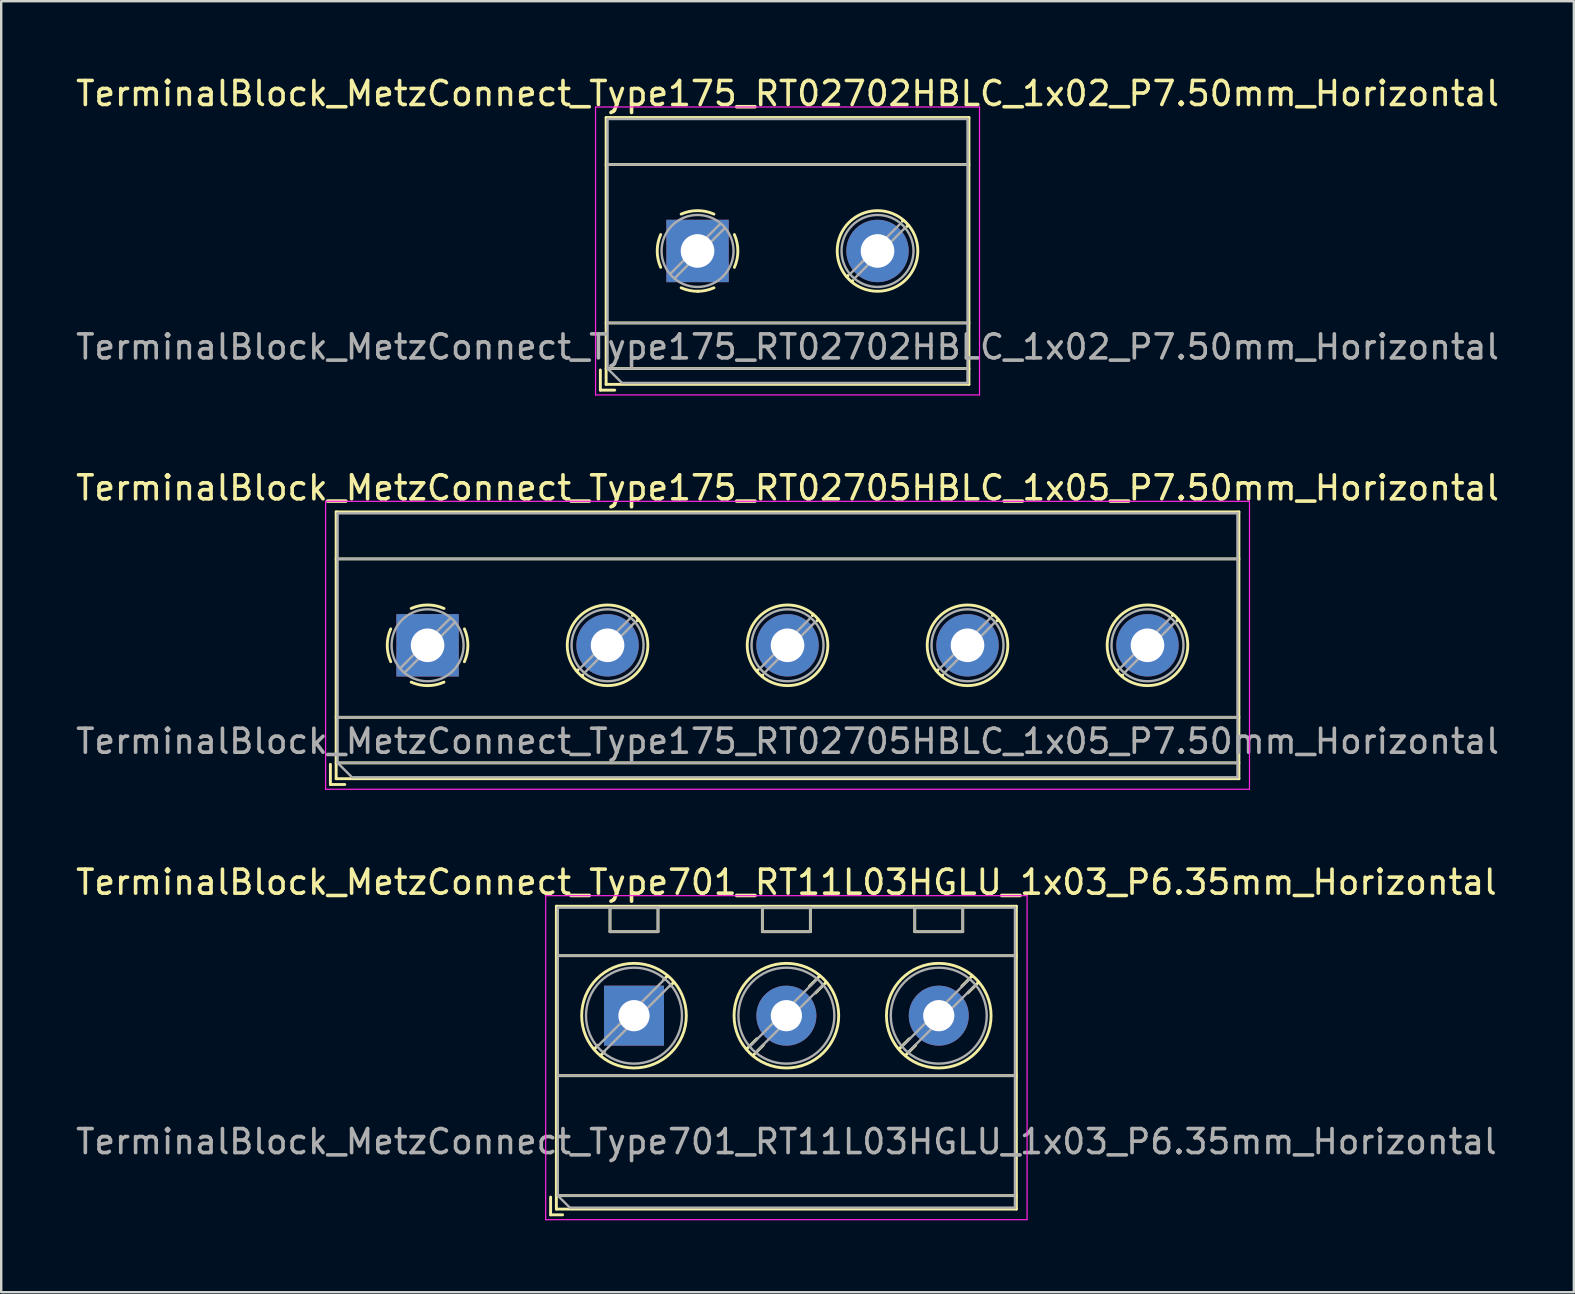
<source format=kicad_pcb>
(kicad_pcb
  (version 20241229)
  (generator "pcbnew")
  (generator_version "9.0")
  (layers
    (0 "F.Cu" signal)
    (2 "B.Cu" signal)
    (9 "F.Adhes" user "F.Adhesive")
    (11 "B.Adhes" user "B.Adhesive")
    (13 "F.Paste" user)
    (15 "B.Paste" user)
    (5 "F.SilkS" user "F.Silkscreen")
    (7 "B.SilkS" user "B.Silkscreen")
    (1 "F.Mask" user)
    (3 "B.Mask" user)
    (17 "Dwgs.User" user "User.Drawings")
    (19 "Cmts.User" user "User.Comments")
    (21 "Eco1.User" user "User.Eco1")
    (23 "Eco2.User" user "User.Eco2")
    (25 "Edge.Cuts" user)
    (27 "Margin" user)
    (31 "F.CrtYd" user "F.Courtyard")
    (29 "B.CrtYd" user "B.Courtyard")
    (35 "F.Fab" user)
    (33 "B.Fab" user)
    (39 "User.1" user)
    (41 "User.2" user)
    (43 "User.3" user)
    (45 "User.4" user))
  (footprint "TerminalBlock_MetzConnect_Type175_RT02702HBLC_1x02_P7.50mm_Horizontal"
    (layer "F.Cu")
    (at 26.018 7.408)
    (property "Reference" "TerminalBlock_MetzConnect_Type175_RT02702HBLC_1x02_P7.50mm_Horizontal" (at 3.75 -6.56 0) (layer "F.SilkS") (effects (font (size 1 1) (thickness 0.15))))
    (attr through_hole)
    (fp_line (start -4.05 4.96) (end -4.05 5.8) (stroke (width 0.12) (type solid)) (layer "F.SilkS"))
    (fp_line (start -4.05 5.8) (end -3.45 5.8) (stroke (width 0.12) (type solid)) (layer "F.SilkS"))
    (fp_line (start -3.81 -5.56) (end -3.81 5.56) (stroke (width 0.12) (type solid)) (layer "F.SilkS"))
    (fp_line (start -3.81 -5.56) (end 11.31 -5.56) (stroke (width 0.12) (type solid)) (layer "F.SilkS"))
    (fp_line (start -3.81 -3.6) (end 11.31 -3.6) (stroke (width 0.12) (type solid)) (layer "F.SilkS"))
    (fp_line (start -3.81 3) (end 11.31 3) (stroke (width 0.12) (type solid)) (layer "F.SilkS"))
    (fp_line (start -3.81 4.9) (end 11.31 4.9) (stroke (width 0.12) (type solid)) (layer "F.SilkS"))
    (fp_line (start -3.81 5.56) (end 11.31 5.56) (stroke (width 0.12) (type solid)) (layer "F.SilkS"))
    (fp_line (start 6.273 1.023) (end 6.226 1.069) (stroke (width 0.12) (type solid)) (layer "F.SilkS"))
    (fp_line (start 6.466 1.239) (end 6.431 1.274) (stroke (width 0.12) (type solid)) (layer "F.SilkS"))
    (fp_line (start 8.57 -1.275) (end 8.535 -1.239) (stroke (width 0.12) (type solid)) (layer "F.SilkS"))
    (fp_line (start 8.775 -1.069) (end 8.728 -1.023) (stroke (width 0.12) (type solid)) (layer "F.SilkS"))
    (fp_line (start 11.31 -5.56) (end 11.31 5.56) (stroke (width 0.12) (type solid)) (layer "F.SilkS"))
    (fp_arc (start -1.535427 0.683042) (mid -1.680501 -0.000524) (end -1.535 -0.684) (stroke (width 0.12) (type solid)) (layer "F.SilkS"))
    (fp_arc (start -0.683042 -1.535427) (mid 0.000524 -1.680501) (end 0.684 -1.535) (stroke (width 0.12) (type solid)) (layer "F.SilkS"))
    (fp_arc (start 0.028805 1.680253) (mid -0.335551 1.646659) (end -0.684 1.535) (stroke (width 0.12) (type solid)) (layer "F.SilkS"))
    (fp_arc (start 0.683318 1.534756) (mid 0.349292 1.643288) (end 0 1.68) (stroke (width 0.12) (type solid)) (layer "F.SilkS"))
    (fp_arc (start 1.535427 -0.683042) (mid 1.680501 0.000524) (end 1.535 0.684) (stroke (width 0.12) (type solid)) (layer "F.SilkS"))
    (fp_circle (center 7.5 0) (end 9.18 0) (stroke (width 0.12) (type solid)) (fill no) (layer "F.SilkS"))
    (fp_line (start -4.25 -6) (end -4.25 6) (stroke (width 0.05) (type solid)) (layer "F.CrtYd"))
    (fp_line (start -4.25 6) (end 11.75 6) (stroke (width 0.05) (type solid)) (layer "F.CrtYd"))
    (fp_line (start 11.75 -6) (end -4.25 -6) (stroke (width 0.05) (type solid)) (layer "F.CrtYd"))
    (fp_line (start 11.75 6) (end 11.75 -6) (stroke (width 0.05) (type solid)) (layer "F.CrtYd"))
    (fp_line (start -3.75 -5.5) (end 11.25 -5.5) (stroke (width 0.1) (type solid)) (layer "F.Fab"))
    (fp_line (start -3.75 -3.6) (end 11.25 -3.6) (stroke (width 0.1) (type solid)) (layer "F.Fab"))
    (fp_line (start -3.75 3) (end 11.25 3) (stroke (width 0.1) (type solid)) (layer "F.Fab"))
    (fp_line (start -3.75 4.9) (end -3.75 -5.5) (stroke (width 0.1) (type solid)) (layer "F.Fab"))
    (fp_line (start -3.75 4.9) (end 11.25 4.9) (stroke (width 0.1) (type solid)) (layer "F.Fab"))
    (fp_line (start -3.15 5.5) (end -3.75 4.9) (stroke (width 0.1) (type solid)) (layer "F.Fab"))
    (fp_line (start 0.955 -1.138) (end -1.138 0.955) (stroke (width 0.1) (type solid)) (layer "F.Fab"))
    (fp_line (start 1.138 -0.955) (end -0.955 1.138) (stroke (width 0.1) (type solid)) (layer "F.Fab"))
    (fp_line (start 8.455 -1.138) (end 6.363 0.955) (stroke (width 0.1) (type solid)) (layer "F.Fab"))
    (fp_line (start 8.638 -0.955) (end 6.546 1.138) (stroke (width 0.1) (type solid)) (layer "F.Fab"))
    (fp_line (start 11.25 -5.5) (end 11.25 5.5) (stroke (width 0.1) (type solid)) (layer "F.Fab"))
    (fp_line (start 11.25 5.5) (end -3.15 5.5) (stroke (width 0.1) (type solid)) (layer "F.Fab"))
    (fp_circle (center 0 0) (end 1.5 0) (stroke (width 0.1) (type solid)) (fill no) (layer "F.Fab"))
    (fp_circle (center 7.5 0) (end 9 0) (stroke (width 0.1) (type solid)) (fill no) (layer "F.Fab"))
    (fp_text user "${REFERENCE}" (at 3.75 4 0) (layer "F.Fab") (effects (font (size 1 1) (thickness 0.15))))
    (pad "1" thru_hole rect (at 0 0) (size 2.6 2.6) (drill 1.4) (layers "*.Cu" "*.Mask"))
    (pad "2" thru_hole circle (at 7.5 0) (size 2.6 2.6) (drill 1.4) (layers "*.Cu" "*.Mask")))
  (footprint "TerminalBlock_MetzConnect_Type175_RT02705HBLC_1x05_P7.50mm_Horizontal"
    (layer "F.Cu")
    (at 14.768 23.841)
    (property "Reference" "TerminalBlock_MetzConnect_Type175_RT02705HBLC_1x05_P7.50mm_Horizontal" (at 15 -6.56 0) (layer "F.SilkS") (effects (font (size 1 1) (thickness 0.15))))
    (attr through_hole)
    (fp_line (start -4.05 4.96) (end -4.05 5.8) (stroke (width 0.12) (type solid)) (layer "F.SilkS"))
    (fp_line (start -4.05 5.8) (end -3.45 5.8) (stroke (width 0.12) (type solid)) (layer "F.SilkS"))
    (fp_line (start -3.81 -5.56) (end -3.81 5.56) (stroke (width 0.12) (type solid)) (layer "F.SilkS"))
    (fp_line (start -3.81 -5.56) (end 33.81 -5.56) (stroke (width 0.12) (type solid)) (layer "F.SilkS"))
    (fp_line (start -3.81 -3.6) (end 33.81 -3.6) (stroke (width 0.12) (type solid)) (layer "F.SilkS"))
    (fp_line (start -3.81 3) (end 33.81 3) (stroke (width 0.12) (type solid)) (layer "F.SilkS"))
    (fp_line (start -3.81 4.9) (end 33.81 4.9) (stroke (width 0.12) (type solid)) (layer "F.SilkS"))
    (fp_line (start -3.81 5.56) (end 33.81 5.56) (stroke (width 0.12) (type solid)) (layer "F.SilkS"))
    (fp_line (start 6.273 1.023) (end 6.226 1.069) (stroke (width 0.12) (type solid)) (layer "F.SilkS"))
    (fp_line (start 6.466 1.239) (end 6.431 1.274) (stroke (width 0.12) (type solid)) (layer "F.SilkS"))
    (fp_line (start 8.57 -1.275) (end 8.535 -1.239) (stroke (width 0.12) (type solid)) (layer "F.SilkS"))
    (fp_line (start 8.775 -1.069) (end 8.728 -1.023) (stroke (width 0.12) (type solid)) (layer "F.SilkS"))
    (fp_line (start 13.773 1.023) (end 13.726 1.069) (stroke (width 0.12) (type solid)) (layer "F.SilkS"))
    (fp_line (start 13.966 1.239) (end 13.931 1.274) (stroke (width 0.12) (type solid)) (layer "F.SilkS"))
    (fp_line (start 16.07 -1.275) (end 16.035 -1.239) (stroke (width 0.12) (type solid)) (layer "F.SilkS"))
    (fp_line (start 16.275 -1.069) (end 16.228 -1.023) (stroke (width 0.12) (type solid)) (layer "F.SilkS"))
    (fp_line (start 21.273 1.023) (end 21.226 1.069) (stroke (width 0.12) (type solid)) (layer "F.SilkS"))
    (fp_line (start 21.466 1.239) (end 21.431 1.274) (stroke (width 0.12) (type solid)) (layer "F.SilkS"))
    (fp_line (start 23.57 -1.275) (end 23.535 -1.239) (stroke (width 0.12) (type solid)) (layer "F.SilkS"))
    (fp_line (start 23.775 -1.069) (end 23.728 -1.023) (stroke (width 0.12) (type solid)) (layer "F.SilkS"))
    (fp_line (start 28.773 1.023) (end 28.726 1.069) (stroke (width 0.12) (type solid)) (layer "F.SilkS"))
    (fp_line (start 28.966 1.239) (end 28.931 1.274) (stroke (width 0.12) (type solid)) (layer "F.SilkS"))
    (fp_line (start 31.07 -1.275) (end 31.035 -1.239) (stroke (width 0.12) (type solid)) (layer "F.SilkS"))
    (fp_line (start 31.275 -1.069) (end 31.228 -1.023) (stroke (width 0.12) (type solid)) (layer "F.SilkS"))
    (fp_line (start 33.81 -5.56) (end 33.81 5.56) (stroke (width 0.12) (type solid)) (layer "F.SilkS"))
    (fp_arc (start -1.535427 0.683042) (mid -1.680501 -0.000524) (end -1.535 -0.684) (stroke (width 0.12) (type solid)) (layer "F.SilkS"))
    (fp_arc (start -0.683042 -1.535427) (mid 0.000524 -1.680501) (end 0.684 -1.535) (stroke (width 0.12) (type solid)) (layer "F.SilkS"))
    (fp_arc (start 0.028805 1.680253) (mid -0.335551 1.646659) (end -0.684 1.535) (stroke (width 0.12) (type solid)) (layer "F.SilkS"))
    (fp_arc (start 0.683318 1.534756) (mid 0.349292 1.643288) (end 0 1.68) (stroke (width 0.12) (type solid)) (layer "F.SilkS"))
    (fp_arc (start 1.535427 -0.683042) (mid 1.680501 0.000524) (end 1.535 0.684) (stroke (width 0.12) (type solid)) (layer "F.SilkS"))
    (fp_circle (center 7.5 0) (end 9.18 0) (stroke (width 0.12) (type solid)) (fill no) (layer "F.SilkS"))
    (fp_circle (center 15 0) (end 16.68 0) (stroke (width 0.12) (type solid)) (fill no) (layer "F.SilkS"))
    (fp_circle (center 22.5 0) (end 24.18 0) (stroke (width 0.12) (type solid)) (fill no) (layer "F.SilkS"))
    (fp_circle (center 30 0) (end 31.68 0) (stroke (width 0.12) (type solid)) (fill no) (layer "F.SilkS"))
    (fp_line (start -4.25 -6) (end -4.25 6) (stroke (width 0.05) (type solid)) (layer "F.CrtYd"))
    (fp_line (start -4.25 6) (end 34.25 6) (stroke (width 0.05) (type solid)) (layer "F.CrtYd"))
    (fp_line (start 34.25 -6) (end -4.25 -6) (stroke (width 0.05) (type solid)) (layer "F.CrtYd"))
    (fp_line (start 34.25 6) (end 34.25 -6) (stroke (width 0.05) (type solid)) (layer "F.CrtYd"))
    (fp_line (start -3.75 -5.5) (end 33.75 -5.5) (stroke (width 0.1) (type solid)) (layer "F.Fab"))
    (fp_line (start -3.75 -3.6) (end 33.75 -3.6) (stroke (width 0.1) (type solid)) (layer "F.Fab"))
    (fp_line (start -3.75 3) (end 33.75 3) (stroke (width 0.1) (type solid)) (layer "F.Fab"))
    (fp_line (start -3.75 4.9) (end -3.75 -5.5) (stroke (width 0.1) (type solid)) (layer "F.Fab"))
    (fp_line (start -3.75 4.9) (end 33.75 4.9) (stroke (width 0.1) (type solid)) (layer "F.Fab"))
    (fp_line (start -3.15 5.5) (end -3.75 4.9) (stroke (width 0.1) (type solid)) (layer "F.Fab"))
    (fp_line (start 0.955 -1.138) (end -1.138 0.955) (stroke (width 0.1) (type solid)) (layer "F.Fab"))
    (fp_line (start 1.138 -0.955) (end -0.955 1.138) (stroke (width 0.1) (type solid)) (layer "F.Fab"))
    (fp_line (start 8.455 -1.138) (end 6.363 0.955) (stroke (width 0.1) (type solid)) (layer "F.Fab"))
    (fp_line (start 8.638 -0.955) (end 6.546 1.138) (stroke (width 0.1) (type solid)) (layer "F.Fab"))
    (fp_line (start 15.955 -1.138) (end 13.863 0.955) (stroke (width 0.1) (type solid)) (layer "F.Fab"))
    (fp_line (start 16.138 -0.955) (end 14.046 1.138) (stroke (width 0.1) (type solid)) (layer "F.Fab"))
    (fp_line (start 23.455 -1.138) (end 21.363 0.955) (stroke (width 0.1) (type solid)) (layer "F.Fab"))
    (fp_line (start 23.638 -0.955) (end 21.546 1.138) (stroke (width 0.1) (type solid)) (layer "F.Fab"))
    (fp_line (start 30.955 -1.138) (end 28.863 0.955) (stroke (width 0.1) (type solid)) (layer "F.Fab"))
    (fp_line (start 31.138 -0.955) (end 29.046 1.138) (stroke (width 0.1) (type solid)) (layer "F.Fab"))
    (fp_line (start 33.75 -5.5) (end 33.75 5.5) (stroke (width 0.1) (type solid)) (layer "F.Fab"))
    (fp_line (start 33.75 5.5) (end -3.15 5.5) (stroke (width 0.1) (type solid)) (layer "F.Fab"))
    (fp_circle (center 0 0) (end 1.5 0) (stroke (width 0.1) (type solid)) (fill no) (layer "F.Fab"))
    (fp_circle (center 7.5 0) (end 9 0) (stroke (width 0.1) (type solid)) (fill no) (layer "F.Fab"))
    (fp_circle (center 15 0) (end 16.5 0) (stroke (width 0.1) (type solid)) (fill no) (layer "F.Fab"))
    (fp_circle (center 22.5 0) (end 24 0) (stroke (width 0.1) (type solid)) (fill no) (layer "F.Fab"))
    (fp_circle (center 30 0) (end 31.5 0) (stroke (width 0.1) (type solid)) (fill no) (layer "F.Fab"))
    (fp_text user "${REFERENCE}" (at 15 4 0) (layer "F.Fab") (effects (font (size 1 1) (thickness 0.15))))
    (pad "1" thru_hole rect (at 0 0) (size 2.6 2.6) (drill 1.4) (layers "*.Cu" "*.Mask"))
    (pad "2" thru_hole circle (at 7.5 0) (size 2.6 2.6) (drill 1.4) (layers "*.Cu" "*.Mask"))
    (pad "3" thru_hole circle (at 15 0) (size 2.6 2.6) (drill 1.4) (layers "*.Cu" "*.Mask"))
    (pad "4" thru_hole circle (at 22.5 0) (size 2.6 2.6) (drill 1.4) (layers "*.Cu" "*.Mask"))
    (pad "5" thru_hole circle (at 30 0) (size 2.6 2.6) (drill 1.4) (layers "*.Cu" "*.Mask")))
  (footprint "TerminalBlock_MetzConnect_Type701_RT11L03HGLU_1x03_P6.35mm_Horizontal"
    (layer "F.Cu")
    (at 23.37 39.275)
    (property "Reference" "TerminalBlock_MetzConnect_Type701_RT11L03HGLU_1x03_P6.35mm_Horizontal" (at 6.35 -5.56 0) (layer "F.SilkS") (effects (font (size 1 1) (thickness 0.15))))
    (attr through_hole)
    (fp_line (start -3.475 7.56) (end -3.475 8.3) (stroke (width 0.12) (type solid)) (layer "F.SilkS"))
    (fp_line (start -3.475 8.3) (end -2.975 8.3) (stroke (width 0.12) (type solid)) (layer "F.SilkS"))
    (fp_line (start -3.235 -4.56) (end -3.235 8.06) (stroke (width 0.12) (type solid)) (layer "F.SilkS"))
    (fp_line (start -3.235 -4.56) (end 15.935 -4.56) (stroke (width 0.12) (type solid)) (layer "F.SilkS"))
    (fp_line (start -3.235 -2.5) (end 15.935 -2.5) (stroke (width 0.12) (type solid)) (layer "F.SilkS"))
    (fp_line (start -3.235 2.5) (end 15.935 2.5) (stroke (width 0.12) (type solid)) (layer "F.SilkS"))
    (fp_line (start -3.235 7.5) (end 15.935 7.5) (stroke (width 0.12) (type solid)) (layer "F.SilkS"))
    (fp_line (start -3.235 8.06) (end 15.935 8.06) (stroke (width 0.12) (type solid)) (layer "F.SilkS"))
    (fp_line (start -1.502 1.235) (end -1.654 1.388) (stroke (width 0.12) (type solid)) (layer "F.SilkS"))
    (fp_line (start -1.236 1.502) (end -1.388 1.654) (stroke (width 0.12) (type solid)) (layer "F.SilkS"))
    (fp_line (start -1 -4.5) (end -1 -3.5) (stroke (width 0.12) (type solid)) (layer "F.SilkS"))
    (fp_line (start -1 -4.5) (end 1 -4.5) (stroke (width 0.12) (type solid)) (layer "F.SilkS"))
    (fp_line (start -1 -3.5) (end 1 -3.5) (stroke (width 0.12) (type solid)) (layer "F.SilkS"))
    (fp_line (start 1 -4.5) (end 1 -3.5) (stroke (width 0.12) (type solid)) (layer "F.SilkS"))
    (fp_line (start 1.388 -1.654) (end 1.236 -1.502) (stroke (width 0.12) (type solid)) (layer "F.SilkS"))
    (fp_line (start 1.654 -1.388) (end 1.502 -1.236) (stroke (width 0.12) (type solid)) (layer "F.SilkS"))
    (fp_line (start 5.123 0.962) (end 4.697 1.388) (stroke (width 0.12) (type solid)) (layer "F.SilkS"))
    (fp_line (start 5.35 -4.5) (end 5.35 -3.5) (stroke (width 0.12) (type solid)) (layer "F.SilkS"))
    (fp_line (start 5.35 -4.5) (end 7.35 -4.5) (stroke (width 0.12) (type solid)) (layer "F.SilkS"))
    (fp_line (start 5.35 -3.5) (end 7.35 -3.5) (stroke (width 0.12) (type solid)) (layer "F.SilkS"))
    (fp_line (start 5.389 1.228) (end 4.963 1.654) (stroke (width 0.12) (type solid)) (layer "F.SilkS"))
    (fp_line (start 7.35 -4.5) (end 7.35 -3.5) (stroke (width 0.12) (type solid)) (layer "F.SilkS"))
    (fp_line (start 7.738 -1.654) (end 7.312 -1.228) (stroke (width 0.12) (type solid)) (layer "F.SilkS"))
    (fp_line (start 8.004 -1.388) (end 7.563 -0.947) (stroke (width 0.12) (type solid)) (layer "F.SilkS"))
    (fp_line (start 11.473 0.962) (end 11.047 1.388) (stroke (width 0.12) (type solid)) (layer "F.SilkS"))
    (fp_line (start 11.7 -4.5) (end 11.7 -3.5) (stroke (width 0.12) (type solid)) (layer "F.SilkS"))
    (fp_line (start 11.7 -4.5) (end 13.7 -4.5) (stroke (width 0.12) (type solid)) (layer "F.SilkS"))
    (fp_line (start 11.7 -3.5) (end 13.7 -3.5) (stroke (width 0.12) (type solid)) (layer "F.SilkS"))
    (fp_line (start 11.739 1.228) (end 11.313 1.654) (stroke (width 0.12) (type solid)) (layer "F.SilkS"))
    (fp_line (start 13.7 -4.5) (end 13.7 -3.5) (stroke (width 0.12) (type solid)) (layer "F.SilkS"))
    (fp_line (start 14.088 -1.654) (end 13.662 -1.228) (stroke (width 0.12) (type solid)) (layer "F.SilkS"))
    (fp_line (start 14.354 -1.388) (end 13.913 -0.947) (stroke (width 0.12) (type solid)) (layer "F.SilkS"))
    (fp_line (start 15.935 -4.56) (end 15.935 8.06) (stroke (width 0.12) (type solid)) (layer "F.SilkS"))
    (fp_circle (center 0 0) (end 2.18 0) (stroke (width 0.12) (type solid)) (fill no) (layer "F.SilkS"))
    (fp_circle (center 6.35 0) (end 8.53 0) (stroke (width 0.12) (type solid)) (fill no) (layer "F.SilkS"))
    (fp_circle (center 12.7 0) (end 14.88 0) (stroke (width 0.12) (type solid)) (fill no) (layer "F.SilkS"))
    (fp_line (start -3.68 -5) (end -3.68 8.5) (stroke (width 0.05) (type solid)) (layer "F.CrtYd"))
    (fp_line (start -3.68 8.5) (end 16.38 8.5) (stroke (width 0.05) (type solid)) (layer "F.CrtYd"))
    (fp_line (start 16.38 -5) (end -3.68 -5) (stroke (width 0.05) (type solid)) (layer "F.CrtYd"))
    (fp_line (start 16.38 8.5) (end 16.38 -5) (stroke (width 0.05) (type solid)) (layer "F.CrtYd"))
    (fp_line (start -3.175 -4.5) (end 15.875 -4.5) (stroke (width 0.1) (type solid)) (layer "F.Fab"))
    (fp_line (start -3.175 -2.5) (end 15.875 -2.5) (stroke (width 0.1) (type solid)) (layer "F.Fab"))
    (fp_line (start -3.175 2.5) (end 15.875 2.5) (stroke (width 0.1) (type solid)) (layer "F.Fab"))
    (fp_line (start -3.175 7.5) (end -3.175 -4.5) (stroke (width 0.1) (type solid)) (layer "F.Fab"))
    (fp_line (start -3.175 7.5) (end 15.875 7.5) (stroke (width 0.1) (type solid)) (layer "F.Fab"))
    (fp_line (start -2.675 8) (end -3.175 7.5) (stroke (width 0.1) (type solid)) (layer "F.Fab"))
    (fp_line (start -1 -4.5) (end -1 -3.5) (stroke (width 0.1) (type solid)) (layer "F.Fab"))
    (fp_line (start -1 -3.5) (end 1 -3.5) (stroke (width 0.1) (type solid)) (layer "F.Fab"))
    (fp_line (start 1 -4.5) (end -1 -4.5) (stroke (width 0.1) (type solid)) (layer "F.Fab"))
    (fp_line (start 1 -3.5) (end 1 -4.5) (stroke (width 0.1) (type solid)) (layer "F.Fab"))
    (fp_line (start 1.273 -1.517) (end -1.517 1.273) (stroke (width 0.1) (type solid)) (layer "F.Fab"))
    (fp_line (start 1.517 -1.273) (end -1.273 1.517) (stroke (width 0.1) (type solid)) (layer "F.Fab"))
    (fp_line (start 5.35 -4.5) (end 5.35 -3.5) (stroke (width 0.1) (type solid)) (layer "F.Fab"))
    (fp_line (start 5.35 -3.5) (end 7.35 -3.5) (stroke (width 0.1) (type solid)) (layer "F.Fab"))
    (fp_line (start 7.35 -4.5) (end 5.35 -4.5) (stroke (width 0.1) (type solid)) (layer "F.Fab"))
    (fp_line (start 7.35 -3.5) (end 7.35 -4.5) (stroke (width 0.1) (type solid)) (layer "F.Fab"))
    (fp_line (start 7.623 -1.517) (end 4.834 1.273) (stroke (width 0.1) (type solid)) (layer "F.Fab"))
    (fp_line (start 7.867 -1.273) (end 5.078 1.517) (stroke (width 0.1) (type solid)) (layer "F.Fab"))
    (fp_line (start 11.7 -4.5) (end 11.7 -3.5) (stroke (width 0.1) (type solid)) (layer "F.Fab"))
    (fp_line (start 11.7 -3.5) (end 13.7 -3.5) (stroke (width 0.1) (type solid)) (layer "F.Fab"))
    (fp_line (start 13.7 -4.5) (end 11.7 -4.5) (stroke (width 0.1) (type solid)) (layer "F.Fab"))
    (fp_line (start 13.7 -3.5) (end 13.7 -4.5) (stroke (width 0.1) (type solid)) (layer "F.Fab"))
    (fp_line (start 13.973 -1.517) (end 11.184 1.273) (stroke (width 0.1) (type solid)) (layer "F.Fab"))
    (fp_line (start 14.217 -1.273) (end 11.428 1.517) (stroke (width 0.1) (type solid)) (layer "F.Fab"))
    (fp_line (start 15.875 -4.5) (end 15.875 8) (stroke (width 0.1) (type solid)) (layer "F.Fab"))
    (fp_line (start 15.875 8) (end -2.675 8) (stroke (width 0.1) (type solid)) (layer "F.Fab"))
    (fp_circle (center 0 0) (end 2 0) (stroke (width 0.1) (type solid)) (fill no) (layer "F.Fab"))
    (fp_circle (center 6.35 0) (end 8.35 0) (stroke (width 0.1) (type solid)) (fill no) (layer "F.Fab"))
    (fp_circle (center 12.7 0) (end 14.7 0) (stroke (width 0.1) (type solid)) (fill no) (layer "F.Fab"))
    (fp_text user "${REFERENCE}" (at 6.35 5.25 0) (layer "F.Fab") (effects (font (size 1 1) (thickness 0.15))))
    (pad "1" thru_hole rect (at 0 0) (size 2.5 2.5) (drill 1.3) (layers "*.Cu" "*.Mask"))
    (pad "2" thru_hole circle (at 6.35 0) (size 2.5 2.5) (drill 1.3) (layers "*.Cu" "*.Mask"))
    (pad "3" thru_hole circle (at 12.7 0) (size 2.5 2.5) (drill 1.3) (layers "*.Cu" "*.Mask")))
  (gr_rect
    (start -3 -3)
    (end 62.536 50.8)
    (stroke (width 0.1) (type default))
    (fill no)
    (layer "Edge.Cuts")))
</source>
